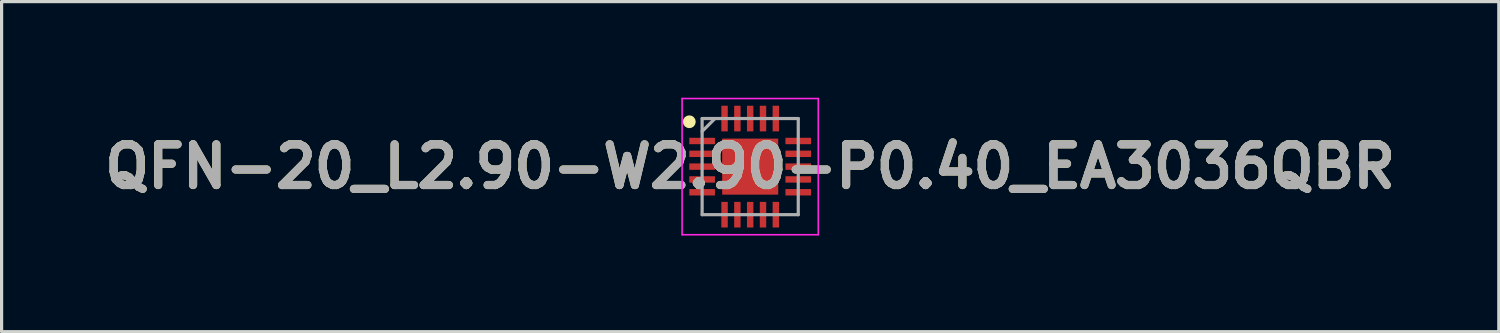
<source format=kicad_pcb>
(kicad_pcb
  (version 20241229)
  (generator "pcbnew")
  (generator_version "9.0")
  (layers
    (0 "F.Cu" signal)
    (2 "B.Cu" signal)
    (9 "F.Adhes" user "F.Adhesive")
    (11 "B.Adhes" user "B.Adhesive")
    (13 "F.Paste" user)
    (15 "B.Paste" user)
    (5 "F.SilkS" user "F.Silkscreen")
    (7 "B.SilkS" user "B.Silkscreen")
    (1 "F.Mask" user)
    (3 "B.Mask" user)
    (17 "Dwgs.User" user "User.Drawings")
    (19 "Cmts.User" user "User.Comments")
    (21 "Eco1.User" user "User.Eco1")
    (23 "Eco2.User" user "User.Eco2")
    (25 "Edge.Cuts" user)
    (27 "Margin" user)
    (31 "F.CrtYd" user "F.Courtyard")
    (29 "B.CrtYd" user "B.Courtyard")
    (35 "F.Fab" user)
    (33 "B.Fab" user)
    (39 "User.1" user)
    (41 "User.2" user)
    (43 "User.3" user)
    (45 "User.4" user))
  (footprint "QFN-20_L2.90-W2.90-P0.40_EA3036QBR"
    (layer "F.Cu")
    (at 20.362 2.15)
    (property "Reference" "QFN-20_L2.90-W2.90-P0.40_EA3036QBR" (at 0 0 0) (layer "F.SilkS") (effects (font (size 1.27 1.27) (thickness 0.254))))
    (attr smd)
    (fp_circle (center -1.9 -1.4) (end -1.9 -1.3) (stroke (width 0.2) (type solid)) (fill no) (layer "F.SilkS"))
    (fp_line (start -2.125 -2.125) (end 2.125 -2.125) (stroke (width 0.05) (type solid)) (layer "F.CrtYd"))
    (fp_line (start -2.125 2.125) (end -2.125 -2.125) (stroke (width 0.05) (type solid)) (layer "F.CrtYd"))
    (fp_line (start 2.125 -2.125) (end 2.125 2.125) (stroke (width 0.05) (type solid)) (layer "F.CrtYd"))
    (fp_line (start 2.125 2.125) (end -2.125 2.125) (stroke (width 0.05) (type solid)) (layer "F.CrtYd"))
    (fp_line (start -1.5 -1.5) (end 1.5 -1.5) (stroke (width 0.1) (type solid)) (layer "F.Fab"))
    (fp_line (start -1.5 -1.1) (end -1.1 -1.5) (stroke (width 0.1) (type solid)) (layer "F.Fab"))
    (fp_line (start -1.5 1.5) (end -1.5 -1.5) (stroke (width 0.1) (type solid)) (layer "F.Fab"))
    (fp_line (start 1.5 -1.5) (end 1.5 1.5) (stroke (width 0.1) (type solid)) (layer "F.Fab"))
    (fp_line (start 1.5 1.5) (end -1.5 1.5) (stroke (width 0.1) (type solid)) (layer "F.Fab"))
    (fp_text user "${REFERENCE}" (at 0 0 0) (layer "F.Fab") (effects (font (size 1.27 1.27) (thickness 0.254))))
    (pad "1" smd rect (at -1.5 -0.8 90) (size 0.2 0.8) (layers "F.Cu" "F.Mask" "F.Paste"))
    (pad "2" smd rect (at -1.5 -0.4 90) (size 0.2 0.8) (layers "F.Cu" "F.Mask" "F.Paste"))
    (pad "3" smd rect (at -1.5 0 90) (size 0.2 0.8) (layers "F.Cu" "F.Mask" "F.Paste"))
    (pad "4" smd rect (at -1.5 0.4 90) (size 0.2 0.8) (layers "F.Cu" "F.Mask" "F.Paste"))
    (pad "5" smd rect (at -1.5 0.8 90) (size 0.2 0.8) (layers "F.Cu" "F.Mask" "F.Paste"))
    (pad "6" smd rect (at -0.8 1.5) (size 0.2 0.8) (layers "F.Cu" "F.Mask" "F.Paste"))
    (pad "7" smd rect (at -0.4 1.5) (size 0.2 0.8) (layers "F.Cu" "F.Mask" "F.Paste"))
    (pad "8" smd rect (at 0 1.5) (size 0.2 0.8) (layers "F.Cu" "F.Mask" "F.Paste"))
    (pad "9" smd rect (at 0.4 1.5) (size 0.2 0.8) (layers "F.Cu" "F.Mask" "F.Paste"))
    (pad "10" smd rect (at 0.8 1.5) (size 0.2 0.8) (layers "F.Cu" "F.Mask" "F.Paste"))
    (pad "11" smd rect (at 1.5 0.8 90) (size 0.2 0.8) (layers "F.Cu" "F.Mask" "F.Paste"))
    (pad "12" smd rect (at 1.5 0.4 90) (size 0.2 0.8) (layers "F.Cu" "F.Mask" "F.Paste"))
    (pad "13" smd rect (at 1.5 0 90) (size 0.2 0.8) (layers "F.Cu" "F.Mask" "F.Paste"))
    (pad "14" smd rect (at 1.5 -0.4 90) (size 0.2 0.8) (layers "F.Cu" "F.Mask" "F.Paste"))
    (pad "15" smd rect (at 1.5 -0.8 90) (size 0.2 0.8) (layers "F.Cu" "F.Mask" "F.Paste"))
    (pad "16" smd rect (at 0.8 -1.5) (size 0.2 0.8) (layers "F.Cu" "F.Mask" "F.Paste"))
    (pad "17" smd rect (at 0.4 -1.5) (size 0.2 0.8) (layers "F.Cu" "F.Mask" "F.Paste"))
    (pad "18" smd rect (at 0 -1.5) (size 0.2 0.8) (layers "F.Cu" "F.Mask" "F.Paste"))
    (pad "19" smd rect (at -0.4 -1.5) (size 0.2 0.8) (layers "F.Cu" "F.Mask" "F.Paste"))
    (pad "20" smd rect (at -0.8 -1.5) (size 0.2 0.8) (layers "F.Cu" "F.Mask" "F.Paste"))
    (pad "21" smd rect (at 0 0) (size 1.75 1.75) (layers "F.Cu" "F.Mask" "F.Paste")))
  (gr_rect
    (start -3 -3)
    (end 43.725 7.3)
    (stroke (width 0.1) (type default))
    (fill no)
    (layer "Edge.Cuts")))
</source>
